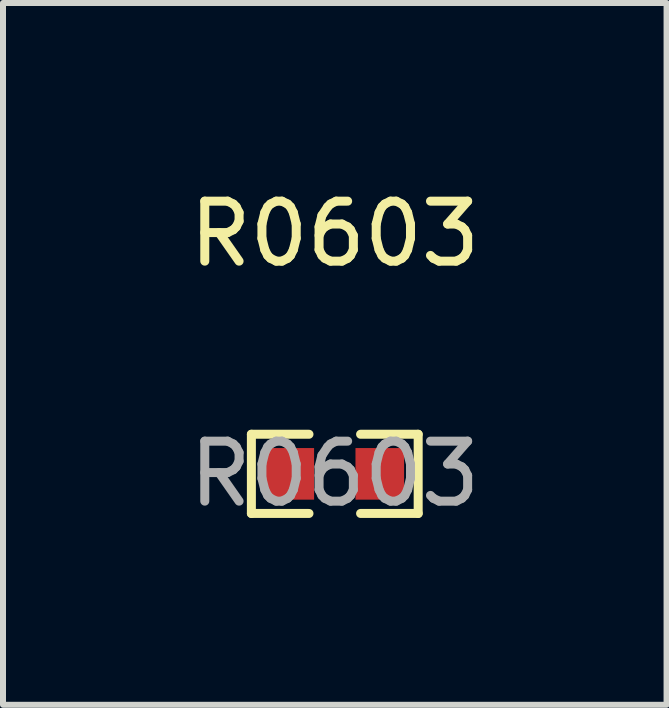
<source format=kicad_pcb>
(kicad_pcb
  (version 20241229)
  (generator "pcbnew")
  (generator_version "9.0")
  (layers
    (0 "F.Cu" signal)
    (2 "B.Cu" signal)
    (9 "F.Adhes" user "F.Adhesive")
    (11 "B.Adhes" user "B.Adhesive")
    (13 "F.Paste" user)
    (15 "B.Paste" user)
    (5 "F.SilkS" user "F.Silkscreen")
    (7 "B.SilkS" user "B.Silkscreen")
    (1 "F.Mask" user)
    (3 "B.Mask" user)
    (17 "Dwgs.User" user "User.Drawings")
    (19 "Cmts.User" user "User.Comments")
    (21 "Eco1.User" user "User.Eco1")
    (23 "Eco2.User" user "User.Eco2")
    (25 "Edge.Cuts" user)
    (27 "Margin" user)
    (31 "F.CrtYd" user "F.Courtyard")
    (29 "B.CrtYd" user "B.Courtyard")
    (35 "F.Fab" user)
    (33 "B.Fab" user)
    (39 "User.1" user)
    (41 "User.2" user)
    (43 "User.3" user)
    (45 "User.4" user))
  (footprint "R0603"
    (layer "F.Cu")
    (at 2.53 4.848)
    (property "Reference" "R0603" (at 0 -4 0) (layer "F.SilkS") (effects (font (size 1 1) (thickness 0.15))))
    (attr smd)
    (fp_line (start -1.39 -0.66) (end -0.43 -0.66) (stroke (width 0.15) (type solid)) (layer "F.SilkS"))
    (fp_line (start -1.39 0.66) (end -1.39 -0.66) (stroke (width 0.15) (type solid)) (layer "F.SilkS"))
    (fp_line (start -0.43 0.66) (end -1.39 0.66) (stroke (width 0.15) (type solid)) (layer "F.SilkS"))
    (fp_line (start 0.43 0.66) (end 1.39 0.66) (stroke (width 0.15) (type solid)) (layer "F.SilkS"))
    (fp_line (start 1.39 -0.66) (end 0.43 -0.66) (stroke (width 0.15) (type solid)) (layer "F.SilkS"))
    (fp_line (start 1.39 0.66) (end 1.39 -0.66) (stroke (width 0.15) (type solid)) (layer "F.SilkS"))
    (fp_circle (center -0.8 0.4) (end -0.77 0.4) (stroke (width 0.06) (type solid)) (fill no) (layer "F.Fab"))
    (fp_text user "${REFERENCE}" (at 0 0 0) (layer "F.Fab") (effects (font (size 1 1) (thickness 0.15))))
    (pad "1" smd rect (at -0.75 0 180) (size 0.81 0.86) (layers "F.Cu" "F.Mask" "F.Paste"))
    (pad "2" smd rect (at 0.75 0 180) (size 0.81 0.86) (layers "F.Cu" "F.Mask" "F.Paste")))
  (gr_rect
    (start -3 -3)
    (end 8.06 8.697)
    (stroke (width 0.1) (type default))
    (fill no)
    (layer "Edge.Cuts")))
</source>
